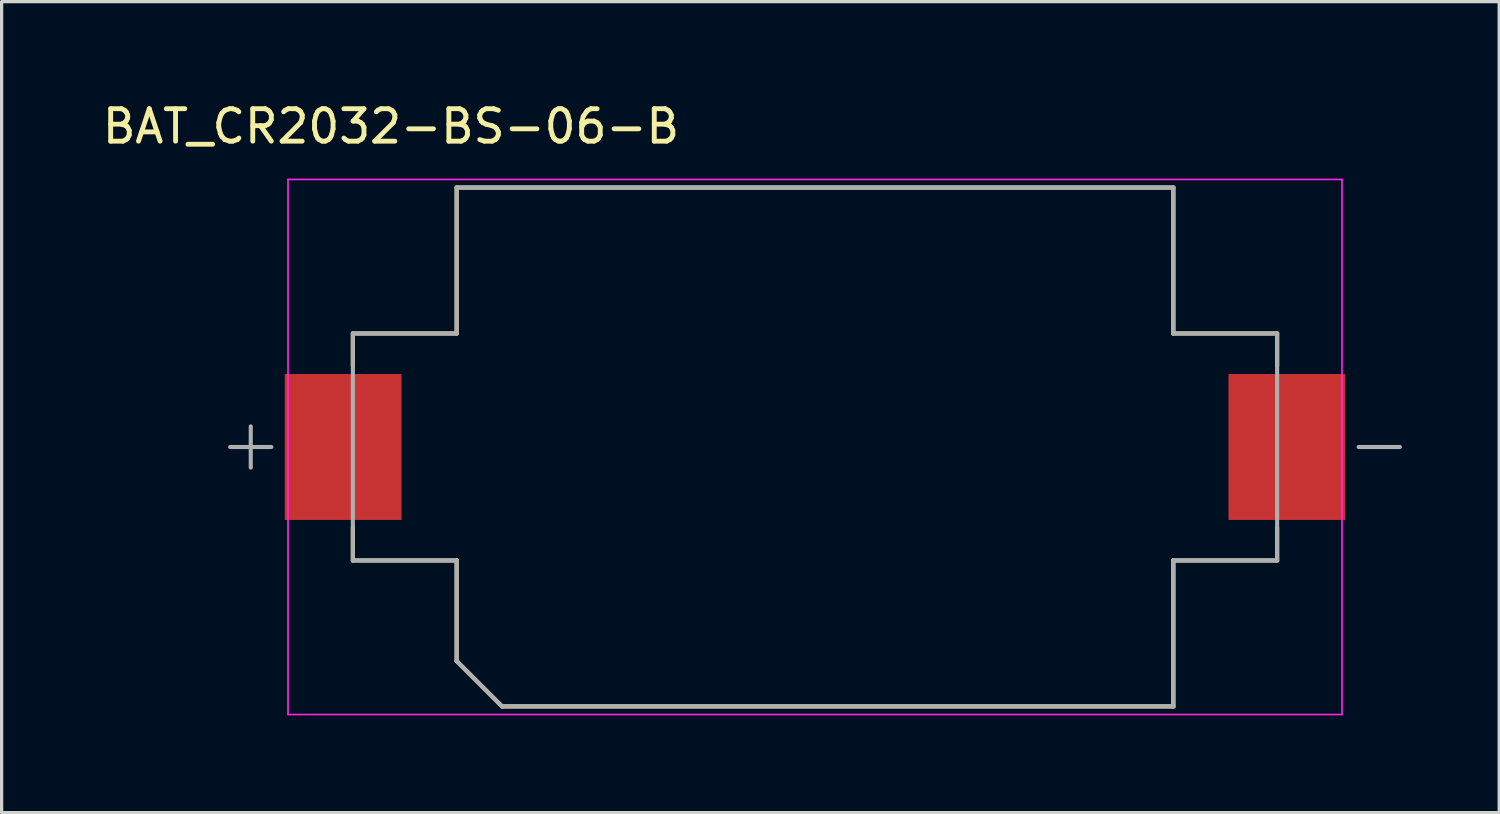
<source format=kicad_pcb>
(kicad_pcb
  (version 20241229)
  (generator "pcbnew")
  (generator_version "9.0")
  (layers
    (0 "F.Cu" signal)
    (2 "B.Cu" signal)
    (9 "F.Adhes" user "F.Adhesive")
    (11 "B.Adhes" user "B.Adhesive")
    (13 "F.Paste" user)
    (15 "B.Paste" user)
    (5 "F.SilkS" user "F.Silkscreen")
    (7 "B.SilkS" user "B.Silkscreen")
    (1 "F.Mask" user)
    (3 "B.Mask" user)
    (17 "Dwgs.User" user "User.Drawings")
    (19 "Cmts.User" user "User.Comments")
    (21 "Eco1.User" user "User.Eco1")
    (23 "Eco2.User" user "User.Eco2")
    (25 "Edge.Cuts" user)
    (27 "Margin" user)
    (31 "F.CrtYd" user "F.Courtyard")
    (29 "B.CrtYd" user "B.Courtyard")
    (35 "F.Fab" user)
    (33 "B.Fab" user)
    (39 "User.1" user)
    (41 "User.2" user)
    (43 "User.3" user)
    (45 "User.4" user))
  (footprint "BAT_CR2032-BS-06-B"
    (layer "F.Cu")
    (at 22.081 10.733)
    (property "Reference" "BAT_CR2032-BS-06-B" (at -13.075 -9.885 0) (layer "F.SilkS") (effects (font (size 1 1) (thickness 0.15))))
    (attr smd)
    (fp_line (start -14.25 -3.5) (end -14.25 -2.5) (stroke (width 0.127) (type solid)) (layer "F.SilkS"))
    (fp_line (start -14.25 2.5) (end -14.25 3.5) (stroke (width 0.127) (type solid)) (layer "F.SilkS"))
    (fp_line (start -14.25 3.5) (end -11.05 3.5) (stroke (width 0.127) (type solid)) (layer "F.SilkS"))
    (fp_line (start -11.05 -8) (end 11.05 -8) (stroke (width 0.127) (type solid)) (layer "F.SilkS"))
    (fp_line (start -11.05 -3.5) (end -14.25 -3.5) (stroke (width 0.127) (type solid)) (layer "F.SilkS"))
    (fp_line (start -11.05 -3.5) (end -11.05 -8) (stroke (width 0.127) (type solid)) (layer "F.SilkS"))
    (fp_line (start -11.05 6.6) (end -11.05 3.5) (stroke (width 0.127) (type solid)) (layer "F.SilkS"))
    (fp_line (start -9.65 8) (end -11.05 6.6) (stroke (width 0.127) (type solid)) (layer "F.SilkS"))
    (fp_line (start 11.05 -8) (end 11.05 -3.5) (stroke (width 0.127) (type solid)) (layer "F.SilkS"))
    (fp_line (start 11.05 3.5) (end 11.05 8) (stroke (width 0.127) (type solid)) (layer "F.SilkS"))
    (fp_line (start 11.05 3.5) (end 14.25 3.5) (stroke (width 0.127) (type solid)) (layer "F.SilkS"))
    (fp_line (start 11.05 8) (end -9.65 8) (stroke (width 0.127) (type solid)) (layer "F.SilkS"))
    (fp_line (start 14.25 -3.5) (end 11.05 -3.5) (stroke (width 0.127) (type solid)) (layer "F.SilkS"))
    (fp_line (start 14.25 -3.5) (end 14.25 -2.5) (stroke (width 0.127) (type solid)) (layer "F.SilkS"))
    (fp_line (start 14.25 3.5) (end 14.25 2.5) (stroke (width 0.127) (type solid)) (layer "F.SilkS"))
    (fp_line (start -16.25 -8.25) (end -16.25 8.25) (stroke (width 0.05) (type solid)) (layer "F.CrtYd"))
    (fp_line (start -16.25 8.25) (end 16.25 8.25) (stroke (width 0.05) (type solid)) (layer "F.CrtYd"))
    (fp_line (start 16.25 -8.25) (end -16.25 -8.25) (stroke (width 0.05) (type solid)) (layer "F.CrtYd"))
    (fp_line (start 16.25 8.25) (end 16.25 -8.25) (stroke (width 0.05) (type solid)) (layer "F.CrtYd"))
    (fp_line (start -17.399 0.635) (end -17.399 -0.635) (stroke (width 0.127) (type solid)) (layer "F.Fab"))
    (fp_line (start -16.764 0) (end -18.034 0) (stroke (width 0.127) (type solid)) (layer "F.Fab"))
    (fp_line (start -14.25 -3.5) (end -14.25 3.5) (stroke (width 0.127) (type solid)) (layer "F.Fab"))
    (fp_line (start -14.25 3.5) (end -11.05 3.5) (stroke (width 0.127) (type solid)) (layer "F.Fab"))
    (fp_line (start -11.05 -8) (end 11.05 -8) (stroke (width 0.127) (type solid)) (layer "F.Fab"))
    (fp_line (start -11.05 -3.5) (end -14.25 -3.5) (stroke (width 0.127) (type solid)) (layer "F.Fab"))
    (fp_line (start -11.05 -3.5) (end -11.05 -8) (stroke (width 0.127) (type solid)) (layer "F.Fab"))
    (fp_line (start -11.05 6.6) (end -11.05 3.5) (stroke (width 0.127) (type solid)) (layer "F.Fab"))
    (fp_line (start -9.65 8) (end -11.05 6.6) (stroke (width 0.127) (type solid)) (layer "F.Fab"))
    (fp_line (start 11.05 -8) (end 11.05 -3.5) (stroke (width 0.127) (type solid)) (layer "F.Fab"))
    (fp_line (start 11.05 3.5) (end 11.05 8) (stroke (width 0.127) (type solid)) (layer "F.Fab"))
    (fp_line (start 11.05 3.5) (end 14.25 3.5) (stroke (width 0.127) (type solid)) (layer "F.Fab"))
    (fp_line (start 11.05 8) (end -9.65 8) (stroke (width 0.127) (type solid)) (layer "F.Fab"))
    (fp_line (start 14.25 -3.5) (end 11.05 -3.5) (stroke (width 0.127) (type solid)) (layer "F.Fab"))
    (fp_line (start 14.25 3.5) (end 14.25 -3.5) (stroke (width 0.127) (type solid)) (layer "F.Fab"))
    (fp_line (start 16.764 0) (end 18.034 0) (stroke (width 0.127) (type solid)) (layer "F.Fab"))
    (pad "1" smd rect (at -14.55 0) (size 3.6 4.5) (layers "F.Cu" "F.Mask" "F.Paste"))
    (pad "2" smd rect (at 14.55 0) (size 3.6 4.5) (layers "F.Cu" "F.Mask" "F.Paste")))
  (gr_rect
    (start -3 -3)
    (end 43.178 22.008)
    (stroke (width 0.1) (type default))
    (fill no)
    (layer "Edge.Cuts")))
</source>
